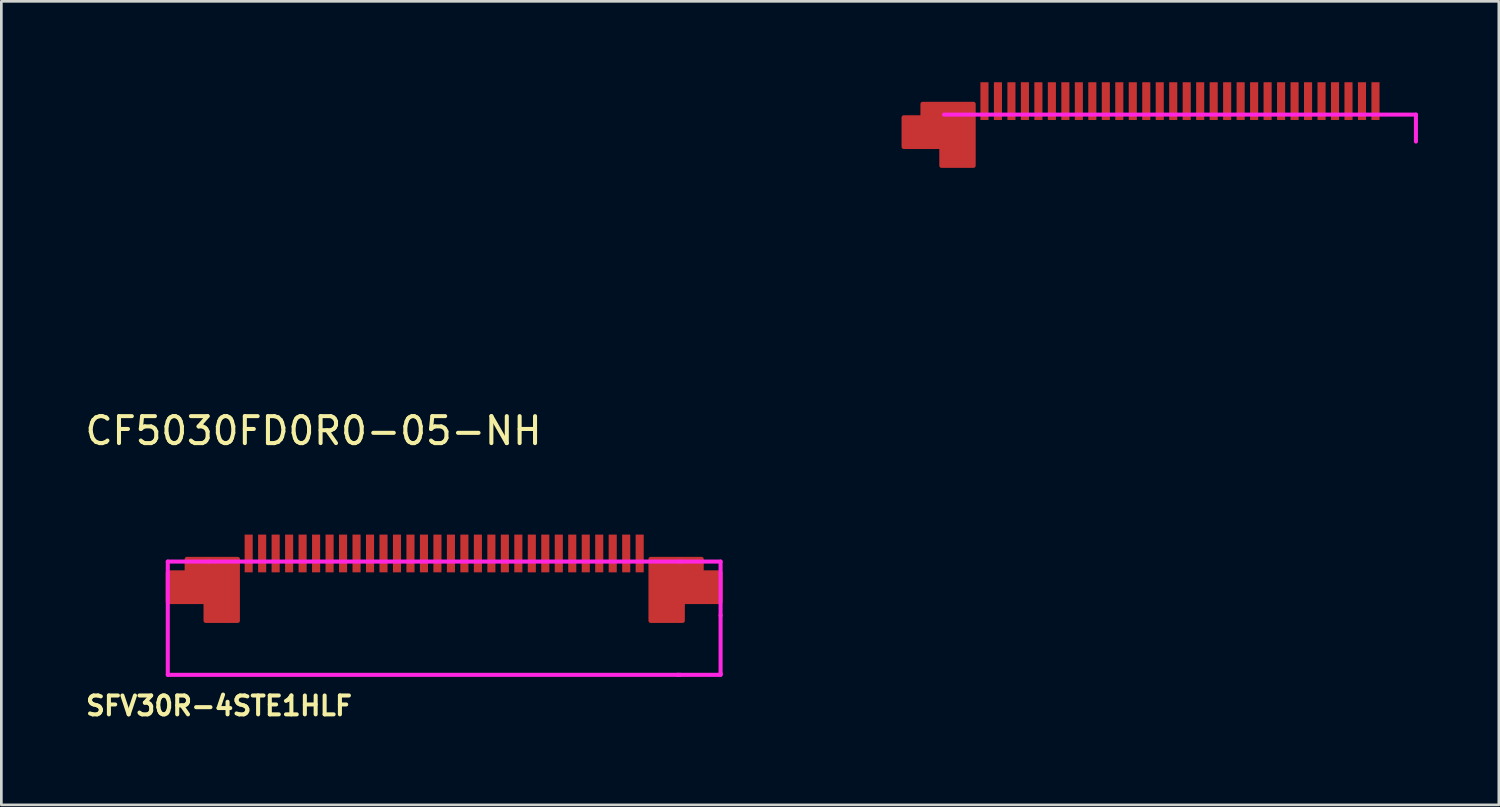
<source format=kicad_pcb>
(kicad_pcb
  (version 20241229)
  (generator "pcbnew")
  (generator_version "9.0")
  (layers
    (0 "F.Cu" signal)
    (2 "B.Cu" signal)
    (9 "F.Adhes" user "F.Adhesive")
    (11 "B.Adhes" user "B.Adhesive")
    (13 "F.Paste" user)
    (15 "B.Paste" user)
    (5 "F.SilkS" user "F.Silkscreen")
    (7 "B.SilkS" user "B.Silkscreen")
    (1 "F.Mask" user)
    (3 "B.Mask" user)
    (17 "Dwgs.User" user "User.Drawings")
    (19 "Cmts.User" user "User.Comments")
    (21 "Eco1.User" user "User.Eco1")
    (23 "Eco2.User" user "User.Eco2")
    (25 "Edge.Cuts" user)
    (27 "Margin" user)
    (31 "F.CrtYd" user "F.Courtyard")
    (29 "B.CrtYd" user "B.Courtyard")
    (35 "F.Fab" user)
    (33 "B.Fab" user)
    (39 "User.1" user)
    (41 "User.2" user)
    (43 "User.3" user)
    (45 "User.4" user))
  (footprint "CF5030FD0R0-05-NH"
    (layer "F.Cu")
    (at 40.708 1.7)
    (property "Reference" "CF5030FD0R0-05-NH" (at -32.131 11.227 0) (layer "F.SilkS") (effects (font (size 1 1) (thickness 0.15))))
    (attr through_hole)
    (fp_line (start -8.75 -0.5) (end 8.75 -0.5) (stroke (width 0.15) (type solid)) (layer "F.CrtYd"))
    (fp_line (start 8.75 -0.5) (end 8.75 0.5) (stroke (width 0.15) (type solid)) (layer "F.CrtYd"))
    (pad "" smd custom (at -8.25 -0.1) (size 1 1) (layers "F.Cu" "F.Mask" "F.Paste") (options (anchor rect)) (primitives (gr_poly (pts (xy -2 -0.3) (xy -2 0.8) (xy -0.6 0.8) (xy -0.6 1.5) (xy 0.6 1.5) (xy 0.6 -0.3) (xy 0.6 -0.8) (xy -1.3 -0.8) (xy -1.3 -0.3)) (width 0.15) (fill yes))))
    (pad "1" smd rect (at -7.25 -1) (size 0.3 1.4) (layers "F.Cu" "F.Mask" "F.Paste"))
    (pad "2" smd rect (at -6.75 -1) (size 0.3 1.4) (layers "F.Cu" "F.Mask" "F.Paste"))
    (pad "3" smd rect (at -6.25 -1) (size 0.3 1.4) (layers "F.Cu" "F.Mask" "F.Paste"))
    (pad "4" smd rect (at -5.75 -1) (size 0.3 1.4) (layers "F.Cu" "F.Mask" "F.Paste"))
    (pad "5" smd rect (at -5.25 -1) (size 0.3 1.4) (layers "F.Cu" "F.Mask" "F.Paste"))
    (pad "6" smd rect (at -4.75 -1) (size 0.3 1.4) (layers "F.Cu" "F.Mask" "F.Paste"))
    (pad "7" smd rect (at -4.25 -1) (size 0.3 1.4) (layers "F.Cu" "F.Mask" "F.Paste"))
    (pad "8" smd rect (at -3.75 -1) (size 0.3 1.4) (layers "F.Cu" "F.Mask" "F.Paste"))
    (pad "9" smd rect (at -3.25 -1) (size 0.3 1.4) (layers "F.Cu" "F.Mask" "F.Paste"))
    (pad "10" smd rect (at -2.75 -1) (size 0.3 1.4) (layers "F.Cu" "F.Mask" "F.Paste"))
    (pad "11" smd rect (at -2.25 -1) (size 0.3 1.4) (layers "F.Cu" "F.Mask" "F.Paste"))
    (pad "12" smd rect (at -1.75 -1) (size 0.3 1.4) (layers "F.Cu" "F.Mask" "F.Paste"))
    (pad "13" smd rect (at -1.25 -1) (size 0.3 1.4) (layers "F.Cu" "F.Mask" "F.Paste"))
    (pad "14" smd rect (at -0.75 -1) (size 0.3 1.4) (layers "F.Cu" "F.Mask" "F.Paste"))
    (pad "15" smd rect (at -0.25 -1) (size 0.3 1.4) (layers "F.Cu" "F.Mask" "F.Paste"))
    (pad "16" smd rect (at 0.25 -1) (size 0.3 1.4) (layers "F.Cu" "F.Mask" "F.Paste"))
    (pad "17" smd rect (at 0.75 -1) (size 0.3 1.4) (layers "F.Cu" "F.Mask" "F.Paste"))
    (pad "18" smd rect (at 1.25 -1) (size 0.3 1.4) (layers "F.Cu" "F.Mask" "F.Paste"))
    (pad "19" smd rect (at 1.75 -1) (size 0.3 1.4) (layers "F.Cu" "F.Mask" "F.Paste"))
    (pad "20" smd rect (at 2.25 -1) (size 0.3 1.4) (layers "F.Cu" "F.Mask" "F.Paste"))
    (pad "21" smd rect (at 2.75 -1) (size 0.3 1.4) (layers "F.Cu" "F.Mask" "F.Paste"))
    (pad "22" smd rect (at 3.25 -1) (size 0.3 1.4) (layers "F.Cu" "F.Mask" "F.Paste"))
    (pad "23" smd rect (at 3.75 -1) (size 0.3 1.4) (layers "F.Cu" "F.Mask" "F.Paste"))
    (pad "24" smd rect (at 4.25 -1) (size 0.3 1.4) (layers "F.Cu" "F.Mask" "F.Paste"))
    (pad "25" smd rect (at 4.75 -1) (size 0.3 1.4) (layers "F.Cu" "F.Mask" "F.Paste"))
    (pad "26" smd rect (at 5.25 -1) (size 0.3 1.4) (layers "F.Cu" "F.Mask" "F.Paste"))
    (pad "27" smd rect (at 5.75 -1) (size 0.3 1.4) (layers "F.Cu" "F.Mask" "F.Paste"))
    (pad "28" smd rect (at 6.25 -1) (size 0.3 1.4) (layers "F.Cu" "F.Mask" "F.Paste"))
    (pad "29" smd rect (at 6.75 -1) (size 0.3 1.4) (layers "F.Cu" "F.Mask" "F.Paste"))
    (pad "30" smd rect (at 7.25 -1) (size 0.3 1.4) (layers "F.Cu" "F.Mask" "F.Paste")))
  (footprint "SFV30R-4STE1HLF"
    (layer "F.Cu")
    (at 13.422 18.475)
    (property "Reference" "SFV30R-4STE1HLF" (at -8.35 4.65 0) (layer "F.SilkS") (effects (font (size 0.7 0.7) (thickness 0.15))))
    (attr through_hole)
    (fp_line (start -10.25 -0.7) (end -10.25 3.5) (stroke (width 0.15) (type solid)) (layer "F.CrtYd"))
    (fp_line (start -10.25 3.5) (end 8.7 3.5) (stroke (width 0.15) (type solid)) (layer "F.CrtYd"))
    (fp_line (start -8.75 -0.7) (end -10.25 -0.7) (stroke (width 0.15) (type solid)) (layer "F.CrtYd"))
    (fp_line (start -8.75 -0.7) (end 8.75 -0.7) (stroke (width 0.15) (type solid)) (layer "F.CrtYd"))
    (fp_line (start 8.75 -0.7) (end 10.25 -0.7) (stroke (width 0.15) (type solid)) (layer "F.CrtYd"))
    (fp_line (start 8.75 3.5) (end 8.65 3.5) (stroke (width 0.15) (type solid)) (layer "F.CrtYd"))
    (fp_line (start 10.25 -0.7) (end 10.25 1.3) (stroke (width 0.15) (type solid)) (layer "F.CrtYd"))
    (fp_line (start 10.25 1.3) (end 10.25 3.45) (stroke (width 0.15) (type solid)) (layer "F.CrtYd"))
    (fp_line (start 10.25 3.45) (end 10.25 3.5) (stroke (width 0.15) (type solid)) (layer "F.CrtYd"))
    (fp_line (start 10.25 3.5) (end 8.75 3.5) (stroke (width 0.15) (type solid)) (layer "F.CrtYd"))
    (pad "" smd custom (at -8.25 0) (size 1 1) (layers "F.Cu" "F.Mask" "F.Paste") (options (anchor rect)) (primitives (gr_poly (pts (xy -2 -0.3) (xy -2 0.8) (xy -0.6 0.8) (xy -0.6 1.5) (xy 0.6 1.5) (xy 0.6 -0.3) (xy 0.6 -0.8) (xy -1.3 -0.8) (xy -1.3 -0.3)) (width 0.15) (fill yes))))
    (pad "" smd custom (at 8.25 0 180) (size 1 1) (layers "F.Cu" "F.Mask" "F.Paste") (options (anchor rect)) (primitives (gr_poly (pts (xy -2 0.3) (xy -2 -0.8) (xy -0.6 -0.8) (xy -0.6 -1.5) (xy 0.6 -1.5) (xy 0.6 0.3) (xy 0.6 0.8) (xy -1.3 0.8) (xy -1.3 0.3)) (width 0.15) (fill yes))))
    (pad "1" smd rect (at -7.25 -1) (size 0.3 1.4) (layers "F.Cu" "F.Mask" "F.Paste"))
    (pad "2" smd rect (at -6.75 -1) (size 0.3 1.4) (layers "F.Cu" "F.Mask" "F.Paste"))
    (pad "3" smd rect (at -6.25 -1) (size 0.3 1.4) (layers "F.Cu" "F.Mask" "F.Paste"))
    (pad "4" smd rect (at -5.75 -1) (size 0.3 1.4) (layers "F.Cu" "F.Mask" "F.Paste"))
    (pad "5" smd rect (at -5.25 -1) (size 0.3 1.4) (layers "F.Cu" "F.Mask" "F.Paste"))
    (pad "6" smd rect (at -4.75 -1) (size 0.3 1.4) (layers "F.Cu" "F.Mask" "F.Paste"))
    (pad "7" smd rect (at -4.25 -1) (size 0.3 1.4) (layers "F.Cu" "F.Mask" "F.Paste"))
    (pad "8" smd rect (at -3.75 -1) (size 0.3 1.4) (layers "F.Cu" "F.Mask" "F.Paste"))
    (pad "9" smd rect (at -3.25 -1) (size 0.3 1.4) (layers "F.Cu" "F.Mask" "F.Paste"))
    (pad "10" smd rect (at -2.75 -1) (size 0.3 1.4) (layers "F.Cu" "F.Mask" "F.Paste"))
    (pad "11" smd rect (at -2.25 -1) (size 0.3 1.4) (layers "F.Cu" "F.Mask" "F.Paste"))
    (pad "12" smd rect (at -1.75 -1) (size 0.3 1.4) (layers "F.Cu" "F.Mask" "F.Paste"))
    (pad "13" smd rect (at -1.25 -1) (size 0.3 1.4) (layers "F.Cu" "F.Mask" "F.Paste"))
    (pad "14" smd rect (at -0.75 -1) (size 0.3 1.4) (layers "F.Cu" "F.Mask" "F.Paste"))
    (pad "15" smd rect (at -0.25 -1) (size 0.3 1.4) (layers "F.Cu" "F.Mask" "F.Paste"))
    (pad "16" smd rect (at 0.25 -1) (size 0.3 1.4) (layers "F.Cu" "F.Mask" "F.Paste"))
    (pad "17" smd rect (at 0.75 -1) (size 0.3 1.4) (layers "F.Cu" "F.Mask" "F.Paste"))
    (pad "18" smd rect (at 1.25 -1) (size 0.3 1.4) (layers "F.Cu" "F.Mask" "F.Paste"))
    (pad "19" smd rect (at 1.75 -1) (size 0.3 1.4) (layers "F.Cu" "F.Mask" "F.Paste"))
    (pad "20" smd rect (at 2.25 -1) (size 0.3 1.4) (layers "F.Cu" "F.Mask" "F.Paste"))
    (pad "21" smd rect (at 2.75 -1) (size 0.3 1.4) (layers "F.Cu" "F.Mask" "F.Paste"))
    (pad "22" smd rect (at 3.25 -1) (size 0.3 1.4) (layers "F.Cu" "F.Mask" "F.Paste"))
    (pad "23" smd rect (at 3.75 -1) (size 0.3 1.4) (layers "F.Cu" "F.Mask" "F.Paste"))
    (pad "24" smd rect (at 4.25 -1) (size 0.3 1.4) (layers "F.Cu" "F.Mask" "F.Paste"))
    (pad "25" smd rect (at 4.75 -1) (size 0.3 1.4) (layers "F.Cu" "F.Mask" "F.Paste"))
    (pad "26" smd rect (at 5.25 -1) (size 0.3 1.4) (layers "F.Cu" "F.Mask" "F.Paste"))
    (pad "27" smd rect (at 5.75 -1) (size 0.3 1.4) (layers "F.Cu" "F.Mask" "F.Paste"))
    (pad "28" smd rect (at 6.25 -1) (size 0.3 1.4) (layers "F.Cu" "F.Mask" "F.Paste"))
    (pad "29" smd rect (at 6.75 -1) (size 0.3 1.4) (layers "F.Cu" "F.Mask" "F.Paste"))
    (pad "30" smd rect (at 7.25 -1) (size 0.3 1.4) (layers "F.Cu" "F.Mask" "F.Paste")))
  (gr_rect
    (start -3 -3)
    (end 52.533 26.798)
    (stroke (width 0.1) (type default))
    (fill no)
    (layer "Edge.Cuts")))
</source>
